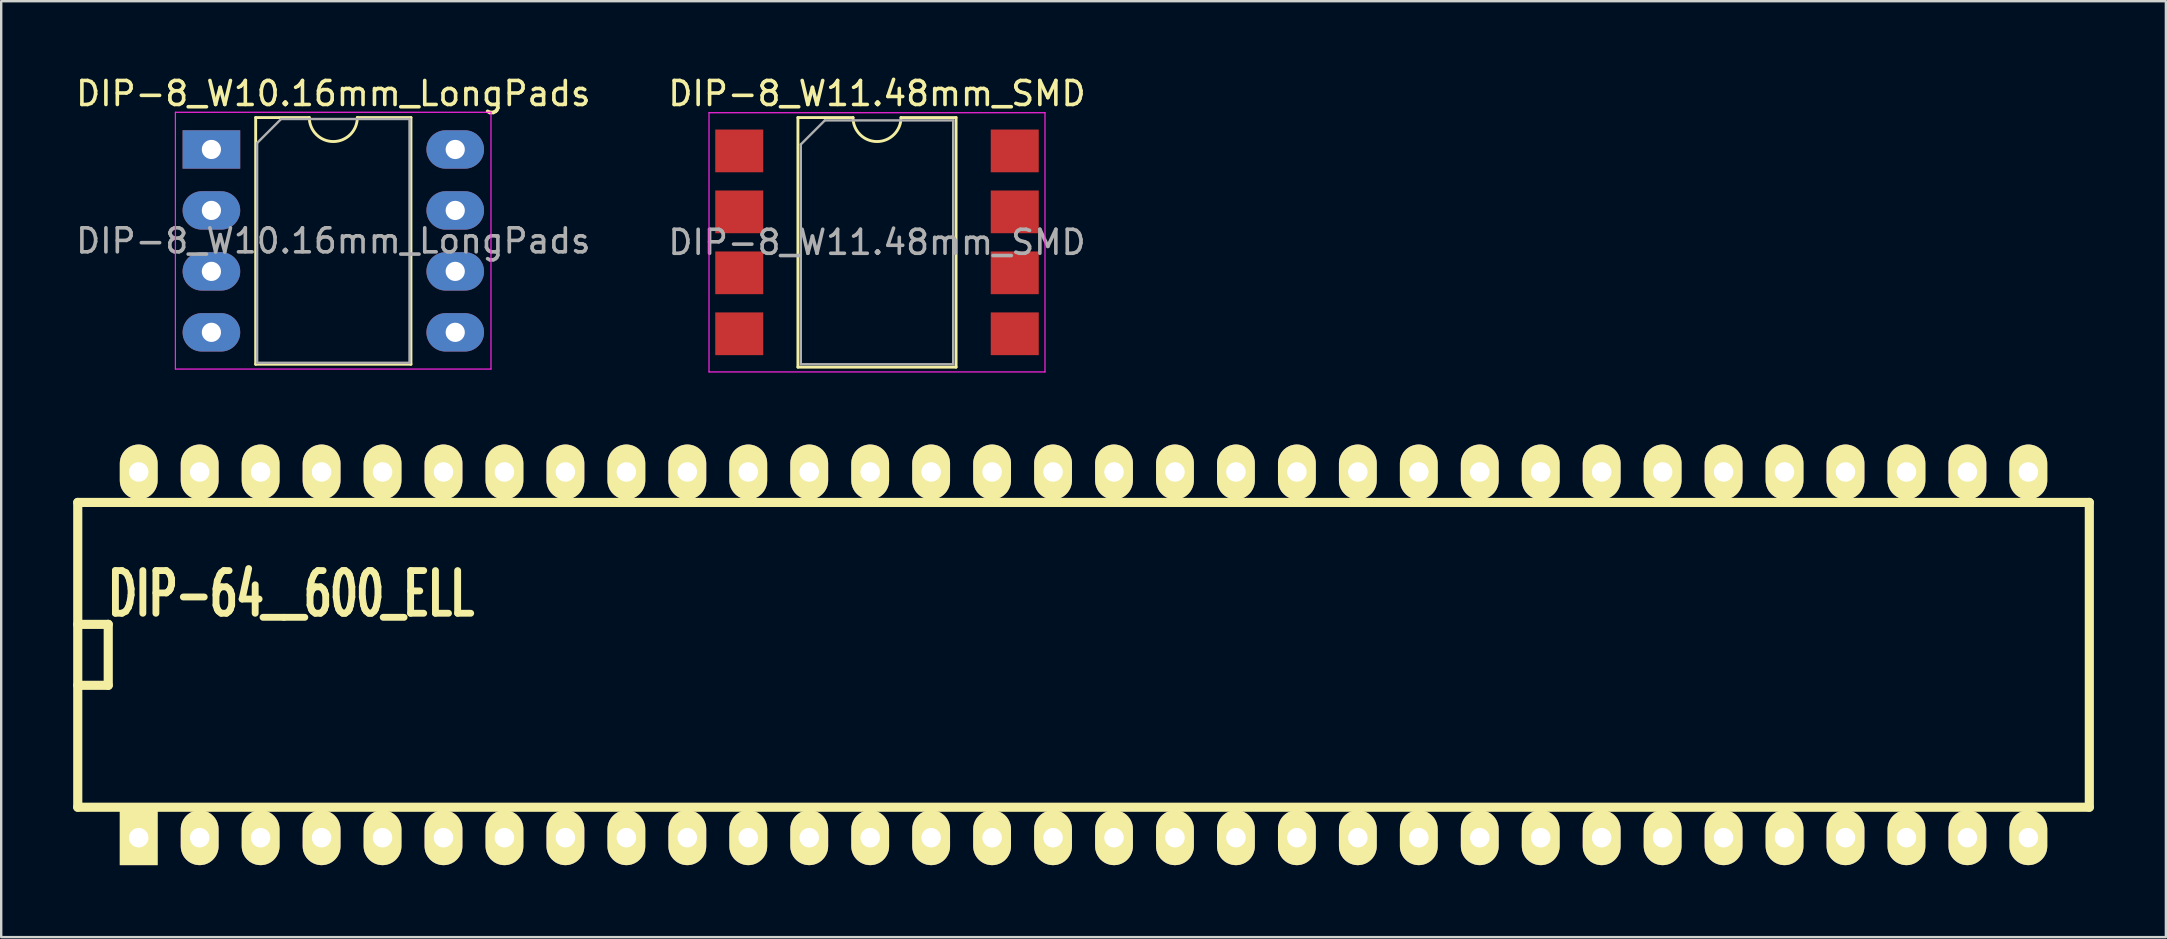
<source format=kicad_pcb>
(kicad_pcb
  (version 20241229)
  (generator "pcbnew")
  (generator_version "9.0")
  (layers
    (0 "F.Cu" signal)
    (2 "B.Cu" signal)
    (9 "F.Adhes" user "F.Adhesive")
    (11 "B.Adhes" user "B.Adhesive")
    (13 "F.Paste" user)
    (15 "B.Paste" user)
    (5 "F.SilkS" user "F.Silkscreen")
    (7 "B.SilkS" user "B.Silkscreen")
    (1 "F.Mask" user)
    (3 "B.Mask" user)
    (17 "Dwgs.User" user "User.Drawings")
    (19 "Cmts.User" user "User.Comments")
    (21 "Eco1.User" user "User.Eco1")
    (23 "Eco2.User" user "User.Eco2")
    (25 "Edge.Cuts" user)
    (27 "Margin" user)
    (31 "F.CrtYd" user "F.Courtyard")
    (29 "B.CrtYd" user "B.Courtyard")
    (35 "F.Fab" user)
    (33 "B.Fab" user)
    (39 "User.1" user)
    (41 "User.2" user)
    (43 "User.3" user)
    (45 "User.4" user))
  (footprint "DIP-8_W10.16mm_LongPads"
    (layer "F.Cu")
    (at 5.759 3.178)
    (property "Reference" "DIP-8_W10.16mm_LongPads" (at 5.08 -2.33 0) (layer "F.SilkS") (effects (font (size 1 1) (thickness 0.15))))
    (attr through_hole)
    (fp_line (start 1.845 -1.33) (end 1.845 8.95) (stroke (width 0.12) (type solid)) (layer "F.SilkS"))
    (fp_line (start 1.845 8.95) (end 8.315 8.95) (stroke (width 0.12) (type solid)) (layer "F.SilkS"))
    (fp_line (start 4.08 -1.33) (end 1.845 -1.33) (stroke (width 0.12) (type solid)) (layer "F.SilkS"))
    (fp_line (start 8.315 -1.33) (end 6.08 -1.33) (stroke (width 0.12) (type solid)) (layer "F.SilkS"))
    (fp_line (start 8.315 8.95) (end 8.315 -1.33) (stroke (width 0.12) (type solid)) (layer "F.SilkS"))
    (fp_arc (start 6.08 -1.33) (mid 5.08 -0.33) (end 4.08 -1.33) (stroke (width 0.12) (type solid)) (layer "F.SilkS"))
    (fp_line (start -1.5 -1.55) (end -1.5 9.15) (stroke (width 0.05) (type solid)) (layer "F.CrtYd"))
    (fp_line (start -1.5 9.15) (end 11.65 9.15) (stroke (width 0.05) (type solid)) (layer "F.CrtYd"))
    (fp_line (start 11.65 -1.55) (end -1.5 -1.55) (stroke (width 0.05) (type solid)) (layer "F.CrtYd"))
    (fp_line (start 11.65 9.15) (end 11.65 -1.55) (stroke (width 0.05) (type solid)) (layer "F.CrtYd"))
    (fp_line (start 1.905 -0.27) (end 2.905 -1.27) (stroke (width 0.1) (type solid)) (layer "F.Fab"))
    (fp_line (start 1.905 8.89) (end 1.905 -0.27) (stroke (width 0.1) (type solid)) (layer "F.Fab"))
    (fp_line (start 2.905 -1.27) (end 8.255 -1.27) (stroke (width 0.1) (type solid)) (layer "F.Fab"))
    (fp_line (start 8.255 -1.27) (end 8.255 8.89) (stroke (width 0.1) (type solid)) (layer "F.Fab"))
    (fp_line (start 8.255 8.89) (end 1.905 8.89) (stroke (width 0.1) (type solid)) (layer "F.Fab"))
    (fp_text user "${REFERENCE}" (at 5.08 3.81 0) (layer "F.Fab") (effects (font (size 1 1) (thickness 0.15))))
    (pad "1" thru_hole rect (at 0 0) (size 2.4 1.6) (drill 0.8) (layers "*.Cu" "*.Mask"))
    (pad "2" thru_hole oval (at 0 2.54) (size 2.4 1.6) (drill 0.8) (layers "*.Cu" "*.Mask"))
    (pad "3" thru_hole oval (at 0 5.08) (size 2.4 1.6) (drill 0.8) (layers "*.Cu" "*.Mask"))
    (pad "4" thru_hole oval (at 0 7.62) (size 2.4 1.6) (drill 0.8) (layers "*.Cu" "*.Mask"))
    (pad "5" thru_hole oval (at 10.16 7.62) (size 2.4 1.6) (drill 0.8) (layers "*.Cu" "*.Mask"))
    (pad "6" thru_hole oval (at 10.16 5.08) (size 2.4 1.6) (drill 0.8) (layers "*.Cu" "*.Mask"))
    (pad "7" thru_hole oval (at 10.16 2.54) (size 2.4 1.6) (drill 0.8) (layers "*.Cu" "*.Mask"))
    (pad "8" thru_hole oval (at 10.16 0) (size 2.4 1.6) (drill 0.8) (layers "*.Cu" "*.Mask")))
  (footprint "DIP-8_W11.48mm_SMD"
    (layer "F.Cu")
    (at 33.494 7.048)
    (property "Reference" "DIP-8_W11.48mm_SMD" (at 0 -6.2 0) (layer "F.SilkS") (effects (font (size 1 1) (thickness 0.15))))
    (attr smd)
    (fp_line (start -3.295 -5.2) (end -3.295 5.2) (stroke (width 0.12) (type solid)) (layer "F.SilkS"))
    (fp_line (start -3.295 5.2) (end 3.295 5.2) (stroke (width 0.12) (type solid)) (layer "F.SilkS"))
    (fp_line (start -1 -5.2) (end -3.295 -5.2) (stroke (width 0.12) (type solid)) (layer "F.SilkS"))
    (fp_line (start 3.295 -5.2) (end 1 -5.2) (stroke (width 0.12) (type solid)) (layer "F.SilkS"))
    (fp_line (start 3.295 5.2) (end 3.295 -5.2) (stroke (width 0.12) (type solid)) (layer "F.SilkS"))
    (fp_arc (start 1 -5.2) (mid 0 -4.2) (end -1 -5.2) (stroke (width 0.12) (type solid)) (layer "F.SilkS"))
    (fp_line (start -7 -5.4) (end -7 5.4) (stroke (width 0.05) (type solid)) (layer "F.CrtYd"))
    (fp_line (start -7 5.4) (end 7 5.4) (stroke (width 0.05) (type solid)) (layer "F.CrtYd"))
    (fp_line (start 7 -5.4) (end -7 -5.4) (stroke (width 0.05) (type solid)) (layer "F.CrtYd"))
    (fp_line (start 7 5.4) (end 7 -5.4) (stroke (width 0.05) (type solid)) (layer "F.CrtYd"))
    (fp_line (start -3.175 -4.08) (end -2.175 -5.08) (stroke (width 0.1) (type solid)) (layer "F.Fab"))
    (fp_line (start -3.175 5.08) (end -3.175 -4.08) (stroke (width 0.1) (type solid)) (layer "F.Fab"))
    (fp_line (start -2.175 -5.08) (end 3.175 -5.08) (stroke (width 0.1) (type solid)) (layer "F.Fab"))
    (fp_line (start 3.175 -5.08) (end 3.175 5.08) (stroke (width 0.1) (type solid)) (layer "F.Fab"))
    (fp_line (start 3.175 5.08) (end -3.175 5.08) (stroke (width 0.1) (type solid)) (layer "F.Fab"))
    (fp_text user "${REFERENCE}" (at 0 0 0) (layer "F.Fab") (effects (font (size 1 1) (thickness 0.15))))
    (pad "1" smd rect (at -5.74 -3.81) (size 2 1.78) (layers "F.Cu" "F.Mask" "F.Paste"))
    (pad "2" smd rect (at -5.74 -1.27) (size 2 1.78) (layers "F.Cu" "F.Mask" "F.Paste"))
    (pad "3" smd rect (at -5.74 1.27) (size 2 1.78) (layers "F.Cu" "F.Mask" "F.Paste"))
    (pad "4" smd rect (at -5.74 3.81) (size 2 1.78) (layers "F.Cu" "F.Mask" "F.Paste"))
    (pad "5" smd rect (at 5.74 3.81) (size 2 1.78) (layers "F.Cu" "F.Mask" "F.Paste"))
    (pad "6" smd rect (at 5.74 1.27) (size 2 1.78) (layers "F.Cu" "F.Mask" "F.Paste"))
    (pad "7" smd rect (at 5.74 -1.27) (size 2 1.78) (layers "F.Cu" "F.Mask" "F.Paste"))
    (pad "8" smd rect (at 5.74 -3.81) (size 2 1.78) (layers "F.Cu" "F.Mask" "F.Paste")))
  (footprint "DIP-64__600_ELL"
    (layer "F.Cu")
    (at 42.1 24.236)
    (property "Reference" "DIP-64__600_ELL" (at -33.02 -2.54 0) (layer "F.SilkS") (effects (font (size 1.778 1.143) (thickness 0.305))))
    (attr through_hole)
    (fp_line (start -41.91 -6.35) (end 41.91 -6.35) (stroke (width 0.381) (type solid)) (layer "F.SilkS"))
    (fp_line (start -41.91 -1.27) (end -40.64 -1.27) (stroke (width 0.381) (type solid)) (layer "F.SilkS"))
    (fp_line (start -41.91 6.35) (end -41.91 -6.35) (stroke (width 0.381) (type solid)) (layer "F.SilkS"))
    (fp_line (start -40.64 -1.27) (end -40.64 1.27) (stroke (width 0.381) (type solid)) (layer "F.SilkS"))
    (fp_line (start -40.64 1.27) (end -41.91 1.27) (stroke (width 0.381) (type solid)) (layer "F.SilkS"))
    (fp_line (start 41.91 -6.35) (end 41.91 6.35) (stroke (width 0.381) (type solid)) (layer "F.SilkS"))
    (fp_line (start 41.91 6.35) (end -41.91 6.35) (stroke (width 0.381) (type solid)) (layer "F.SilkS"))
    (pad "1" thru_hole rect (at -39.37 7.62) (size 1.575 2.286) (drill 0.813) (layers "*.Cu" "*.Mask" "F.SilkS"))
    (pad "2" thru_hole oval (at -36.83 7.62) (size 1.575 2.286) (drill 0.813) (layers "*.Cu" "*.Mask" "F.SilkS"))
    (pad "3" thru_hole oval (at -34.29 7.62) (size 1.575 2.286) (drill 0.813) (layers "*.Cu" "*.Mask" "F.SilkS"))
    (pad "4" thru_hole oval (at -31.75 7.62) (size 1.575 2.286) (drill 0.813) (layers "*.Cu" "*.Mask" "F.SilkS"))
    (pad "5" thru_hole oval (at -29.21 7.62) (size 1.575 2.286) (drill 0.813) (layers "*.Cu" "*.Mask" "F.SilkS"))
    (pad "6" thru_hole oval (at -26.67 7.62) (size 1.575 2.286) (drill 0.813) (layers "*.Cu" "*.Mask" "F.SilkS"))
    (pad "7" thru_hole oval (at -24.13 7.62) (size 1.575 2.286) (drill 0.813) (layers "*.Cu" "*.Mask" "F.SilkS"))
    (pad "8" thru_hole oval (at -21.59 7.62) (size 1.575 2.286) (drill 0.813) (layers "*.Cu" "*.Mask" "F.SilkS"))
    (pad "9" thru_hole oval (at -19.05 7.62) (size 1.575 2.286) (drill 0.813) (layers "*.Cu" "*.Mask" "F.SilkS"))
    (pad "10" thru_hole oval (at -16.51 7.62) (size 1.575 2.286) (drill 0.813) (layers "*.Cu" "*.Mask" "F.SilkS"))
    (pad "11" thru_hole oval (at -13.97 7.62) (size 1.575 2.286) (drill 0.813) (layers "*.Cu" "*.Mask" "F.SilkS"))
    (pad "12" thru_hole oval (at -11.43 7.62) (size 1.575 2.286) (drill 0.813) (layers "*.Cu" "*.Mask" "F.SilkS"))
    (pad "13" thru_hole oval (at -8.89 7.62) (size 1.575 2.286) (drill 0.813) (layers "*.Cu" "*.Mask" "F.SilkS"))
    (pad "14" thru_hole oval (at -6.35 7.62) (size 1.575 2.286) (drill 0.813) (layers "*.Cu" "*.Mask" "F.SilkS"))
    (pad "15" thru_hole oval (at -3.81 7.62) (size 1.575 2.286) (drill 0.813) (layers "*.Cu" "*.Mask" "F.SilkS"))
    (pad "16" thru_hole oval (at -1.27 7.62) (size 1.575 2.286) (drill 0.813) (layers "*.Cu" "*.Mask" "F.SilkS"))
    (pad "17" thru_hole oval (at 1.27 7.62) (size 1.575 2.286) (drill 0.813) (layers "*.Cu" "*.Mask" "F.SilkS"))
    (pad "18" thru_hole oval (at 3.81 7.62) (size 1.575 2.286) (drill 0.813) (layers "*.Cu" "*.Mask" "F.SilkS"))
    (pad "19" thru_hole oval (at 6.35 7.62) (size 1.575 2.286) (drill 0.813) (layers "*.Cu" "*.Mask" "F.SilkS"))
    (pad "20" thru_hole oval (at 8.89 7.62) (size 1.575 2.286) (drill 0.813) (layers "*.Cu" "*.Mask" "F.SilkS"))
    (pad "21" thru_hole oval (at 11.43 7.62) (size 1.575 2.286) (drill 0.813) (layers "*.Cu" "*.Mask" "F.SilkS"))
    (pad "22" thru_hole oval (at 13.97 7.62) (size 1.575 2.286) (drill 0.813) (layers "*.Cu" "*.Mask" "F.SilkS"))
    (pad "23" thru_hole oval (at 16.51 7.62) (size 1.575 2.286) (drill 0.813) (layers "*.Cu" "*.Mask" "F.SilkS"))
    (pad "24" thru_hole oval (at 19.05 7.62) (size 1.575 2.286) (drill 0.813) (layers "*.Cu" "*.Mask" "F.SilkS"))
    (pad "25" thru_hole oval (at 21.59 7.62) (size 1.575 2.286) (drill 0.813) (layers "*.Cu" "*.Mask" "F.SilkS"))
    (pad "26" thru_hole oval (at 24.13 7.62) (size 1.575 2.286) (drill 0.813) (layers "*.Cu" "*.Mask" "F.SilkS"))
    (pad "27" thru_hole oval (at 26.67 7.62) (size 1.575 2.286) (drill 0.813) (layers "*.Cu" "*.Mask" "F.SilkS"))
    (pad "28" thru_hole oval (at 29.21 7.62) (size 1.575 2.286) (drill 0.813) (layers "*.Cu" "*.Mask" "F.SilkS"))
    (pad "29" thru_hole oval (at 31.75 7.62) (size 1.575 2.286) (drill 0.813) (layers "*.Cu" "*.Mask" "F.SilkS"))
    (pad "30" thru_hole oval (at 34.29 7.62) (size 1.575 2.286) (drill 0.813) (layers "*.Cu" "*.Mask" "F.SilkS"))
    (pad "31" thru_hole oval (at 36.83 7.62) (size 1.575 2.286) (drill 0.813) (layers "*.Cu" "*.Mask" "F.SilkS"))
    (pad "32" thru_hole oval (at 39.37 7.62) (size 1.575 2.286) (drill 0.813) (layers "*.Cu" "*.Mask" "F.SilkS"))
    (pad "33" thru_hole oval (at 39.37 -7.62) (size 1.575 2.286) (drill 0.813) (layers "*.Cu" "*.Mask" "F.SilkS"))
    (pad "34" thru_hole oval (at 36.83 -7.62) (size 1.575 2.286) (drill 0.813) (layers "*.Cu" "*.Mask" "F.SilkS"))
    (pad "35" thru_hole oval (at 34.29 -7.62) (size 1.575 2.286) (drill 0.813) (layers "*.Cu" "*.Mask" "F.SilkS"))
    (pad "36" thru_hole oval (at 31.75 -7.62) (size 1.575 2.286) (drill 0.813) (layers "*.Cu" "*.Mask" "F.SilkS"))
    (pad "37" thru_hole oval (at 29.21 -7.62) (size 1.575 2.286) (drill 0.813) (layers "*.Cu" "*.Mask" "F.SilkS"))
    (pad "38" thru_hole oval (at 26.67 -7.62) (size 1.575 2.286) (drill 0.813) (layers "*.Cu" "*.Mask" "F.SilkS"))
    (pad "39" thru_hole oval (at 24.13 -7.62) (size 1.575 2.286) (drill 0.813) (layers "*.Cu" "*.Mask" "F.SilkS"))
    (pad "40" thru_hole oval (at 21.59 -7.62) (size 1.575 2.286) (drill 0.813) (layers "*.Cu" "*.Mask" "F.SilkS"))
    (pad "41" thru_hole oval (at 19.05 -7.62) (size 1.575 2.286) (drill 0.813) (layers "*.Cu" "*.Mask" "F.SilkS"))
    (pad "42" thru_hole oval (at 16.51 -7.62) (size 1.575 2.286) (drill 0.813) (layers "*.Cu" "*.Mask" "F.SilkS"))
    (pad "43" thru_hole oval (at 13.97 -7.62) (size 1.575 2.286) (drill 0.813) (layers "*.Cu" "*.Mask" "F.SilkS"))
    (pad "44" thru_hole oval (at 11.43 -7.62) (size 1.575 2.286) (drill 0.813) (layers "*.Cu" "*.Mask" "F.SilkS"))
    (pad "45" thru_hole oval (at 8.89 -7.62) (size 1.575 2.286) (drill 0.813) (layers "*.Cu" "*.Mask" "F.SilkS"))
    (pad "46" thru_hole oval (at 6.35 -7.62) (size 1.575 2.286) (drill 0.813) (layers "*.Cu" "*.Mask" "F.SilkS"))
    (pad "47" thru_hole oval (at 3.81 -7.62) (size 1.575 2.286) (drill 0.813) (layers "*.Cu" "*.Mask" "F.SilkS"))
    (pad "48" thru_hole oval (at 1.27 -7.62) (size 1.575 2.286) (drill 0.813) (layers "*.Cu" "*.Mask" "F.SilkS"))
    (pad "49" thru_hole oval (at -1.27 -7.62) (size 1.575 2.286) (drill 0.813) (layers "*.Cu" "*.Mask" "F.SilkS"))
    (pad "50" thru_hole oval (at -3.81 -7.62) (size 1.575 2.286) (drill 0.813) (layers "*.Cu" "*.Mask" "F.SilkS"))
    (pad "51" thru_hole oval (at -6.35 -7.62) (size 1.575 2.286) (drill 0.813) (layers "*.Cu" "*.Mask" "F.SilkS"))
    (pad "52" thru_hole oval (at -8.89 -7.62) (size 1.575 2.286) (drill 0.813) (layers "*.Cu" "*.Mask" "F.SilkS"))
    (pad "53" thru_hole oval (at -11.43 -7.62) (size 1.575 2.286) (drill 0.813) (layers "*.Cu" "*.Mask" "F.SilkS"))
    (pad "54" thru_hole oval (at -13.97 -7.62) (size 1.575 2.286) (drill 0.813) (layers "*.Cu" "*.Mask" "F.SilkS"))
    (pad "55" thru_hole oval (at -16.51 -7.62) (size 1.575 2.286) (drill 0.813) (layers "*.Cu" "*.Mask" "F.SilkS"))
    (pad "56" thru_hole oval (at -19.05 -7.62) (size 1.575 2.286) (drill 0.813) (layers "*.Cu" "*.Mask" "F.SilkS"))
    (pad "57" thru_hole oval (at -21.59 -7.62) (size 1.575 2.286) (drill 0.813) (layers "*.Cu" "*.Mask" "F.SilkS"))
    (pad "58" thru_hole oval (at -24.13 -7.62) (size 1.575 2.286) (drill 0.813) (layers "*.Cu" "*.Mask" "F.SilkS"))
    (pad "59" thru_hole oval (at -26.67 -7.62) (size 1.575 2.286) (drill 0.813) (layers "*.Cu" "*.Mask" "F.SilkS"))
    (pad "60" thru_hole oval (at -29.21 -7.62) (size 1.575 2.286) (drill 0.813) (layers "*.Cu" "*.Mask" "F.SilkS"))
    (pad "61" thru_hole oval (at -31.75 -7.62) (size 1.575 2.286) (drill 0.813) (layers "*.Cu" "*.Mask" "F.SilkS"))
    (pad "62" thru_hole oval (at -34.29 -7.62) (size 1.575 2.286) (drill 0.813) (layers "*.Cu" "*.Mask" "F.SilkS"))
    (pad "63" thru_hole oval (at -36.83 -7.62) (size 1.575 2.286) (drill 0.813) (layers "*.Cu" "*.Mask" "F.SilkS"))
    (pad "64" thru_hole oval (at -39.37 -7.62) (size 1.575 2.286) (drill 0.813) (layers "*.Cu" "*.Mask" "F.SilkS")))
  (gr_rect
    (start -3 -3)
    (end 87.201 35.999)
    (stroke (width 0.1) (type default))
    (fill no)
    (layer "Edge.Cuts")))
</source>
